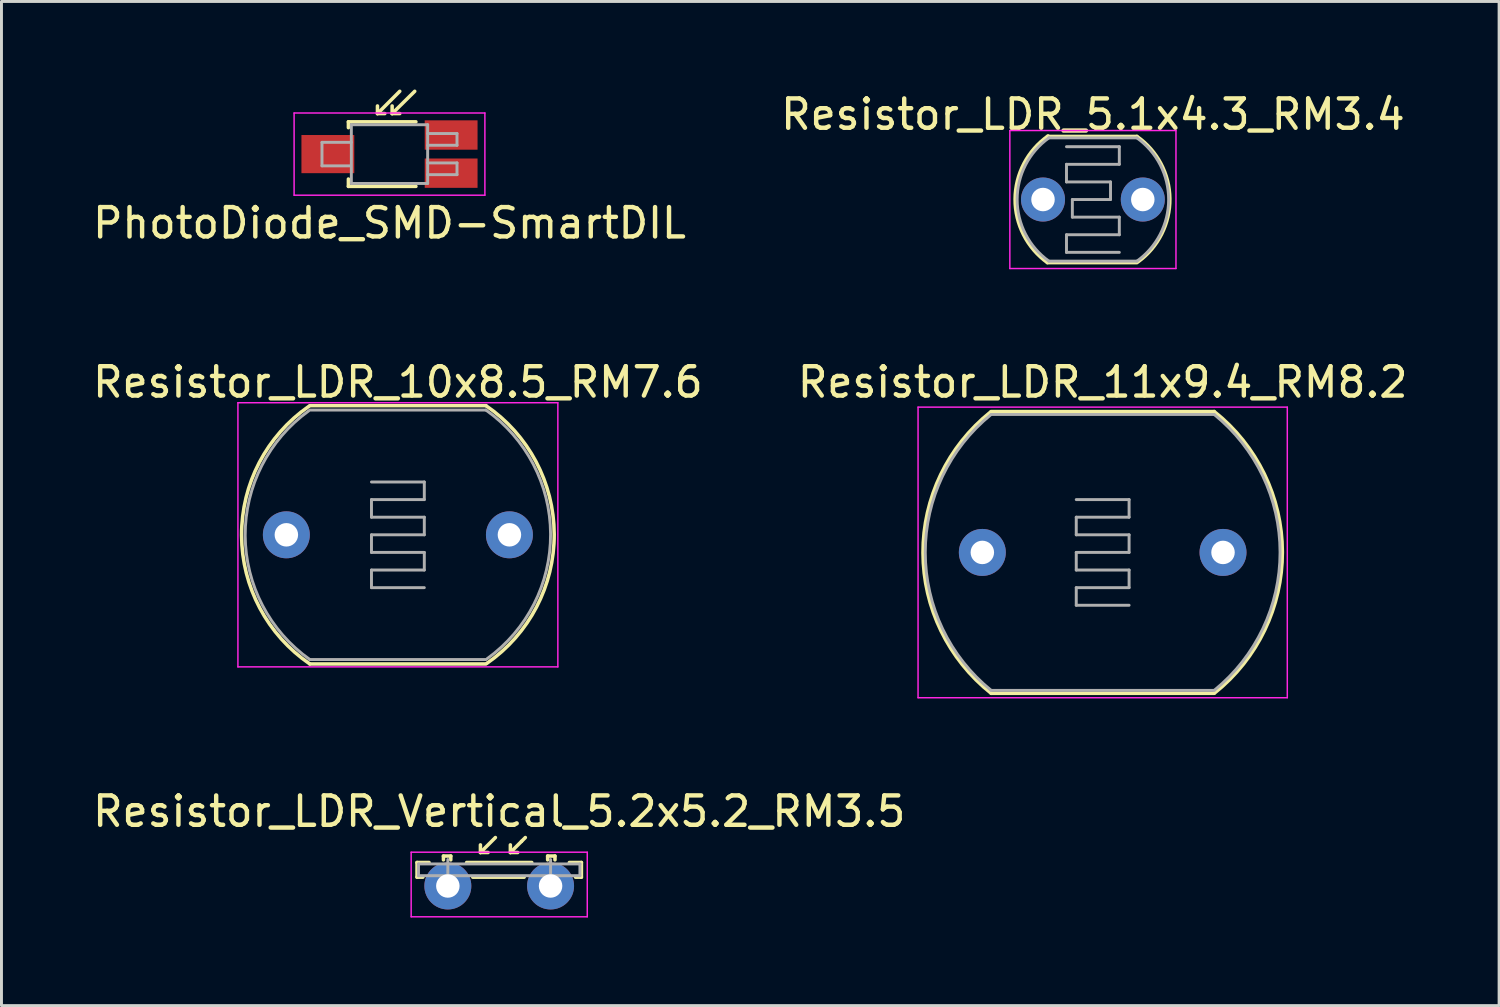
<source format=kicad_pcb>
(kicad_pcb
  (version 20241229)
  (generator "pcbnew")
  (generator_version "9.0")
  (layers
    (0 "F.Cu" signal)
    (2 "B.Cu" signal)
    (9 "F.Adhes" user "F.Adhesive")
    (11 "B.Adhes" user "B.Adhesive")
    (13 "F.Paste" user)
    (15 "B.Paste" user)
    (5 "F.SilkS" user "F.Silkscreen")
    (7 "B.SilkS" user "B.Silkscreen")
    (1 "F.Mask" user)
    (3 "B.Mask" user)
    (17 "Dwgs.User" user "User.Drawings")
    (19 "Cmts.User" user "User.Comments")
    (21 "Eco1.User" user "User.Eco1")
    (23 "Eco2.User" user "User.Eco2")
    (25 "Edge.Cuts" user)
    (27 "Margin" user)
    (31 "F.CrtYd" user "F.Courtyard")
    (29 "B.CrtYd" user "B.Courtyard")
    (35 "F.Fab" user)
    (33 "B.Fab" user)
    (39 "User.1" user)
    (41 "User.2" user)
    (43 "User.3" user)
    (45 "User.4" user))
  (footprint "PhotoDiode_SMD-SmartDIL"
    (layer "F.Cu")
    (at 10.22 2.2)
    (property "Reference" "PhotoDiode_SMD-SmartDIL" (at 0 2.35 0) (layer "F.SilkS") (effects (font (size 1 1) (thickness 0.15))))
    (attr smd)
    (fp_line (start -1.4 -1.1) (end -1.4 -0.9) (stroke (width 0.12) (type solid)) (layer "F.SilkS"))
    (fp_line (start -1.4 -1.1) (end 0.9 -1.1) (stroke (width 0.12) (type solid)) (layer "F.SilkS"))
    (fp_line (start -1.4 1.1) (end -1.4 0.85) (stroke (width 0.12) (type solid)) (layer "F.SilkS"))
    (fp_line (start -0.41 -1.38) (end -0.41 -1.64) (stroke (width 0.12) (type solid)) (layer "F.SilkS"))
    (fp_line (start -0.41 -1.38) (end -0.16 -1.38) (stroke (width 0.12) (type solid)) (layer "F.SilkS"))
    (fp_line (start 0.09 -1.38) (end 0.09 -1.64) (stroke (width 0.12) (type solid)) (layer "F.SilkS"))
    (fp_line (start 0.09 -1.38) (end 0.35 -1.38) (stroke (width 0.12) (type solid)) (layer "F.SilkS"))
    (fp_line (start 0.35 -2.14) (end -0.41 -1.38) (stroke (width 0.12) (type solid)) (layer "F.SilkS"))
    (fp_line (start 0.86 -2.14) (end 0.09 -1.38) (stroke (width 0.12) (type solid)) (layer "F.SilkS"))
    (fp_line (start 0.9 1.1) (end -1.4 1.1) (stroke (width 0.12) (type solid)) (layer "F.SilkS"))
    (fp_line (start -3.25 -1.4) (end -3.25 1.4) (stroke (width 0.05) (type solid)) (layer "F.CrtYd"))
    (fp_line (start -3.25 -1.4) (end 3.25 -1.4) (stroke (width 0.05) (type solid)) (layer "F.CrtYd"))
    (fp_line (start 3.25 1.4) (end -3.25 1.4) (stroke (width 0.05) (type solid)) (layer "F.CrtYd"))
    (fp_line (start 3.25 1.4) (end 3.25 -1.4) (stroke (width 0.05) (type solid)) (layer "F.CrtYd"))
    (fp_line (start -2.3 -0.4) (end -2.3 0.4) (stroke (width 0.1) (type solid)) (layer "F.Fab"))
    (fp_line (start -2.3 0.4) (end -1.35 0.4) (stroke (width 0.1) (type solid)) (layer "F.Fab"))
    (fp_line (start -1.3 -1) (end -1.3 1) (stroke (width 0.1) (type solid)) (layer "F.Fab"))
    (fp_line (start -1.3 -0.4) (end -2.3 -0.4) (stroke (width 0.1) (type solid)) (layer "F.Fab"))
    (fp_line (start -1.3 1) (end 1.3 1) (stroke (width 0.1) (type solid)) (layer "F.Fab"))
    (fp_line (start 1.3 -1) (end -1.3 -1) (stroke (width 0.1) (type solid)) (layer "F.Fab"))
    (fp_line (start 1.3 -0.7) (end 2.3 -0.7) (stroke (width 0.1) (type solid)) (layer "F.Fab"))
    (fp_line (start 1.3 0.3) (end 2.3 0.3) (stroke (width 0.1) (type solid)) (layer "F.Fab"))
    (fp_line (start 1.3 1) (end 1.3 -1) (stroke (width 0.1) (type solid)) (layer "F.Fab"))
    (fp_line (start 2.3 -0.7) (end 2.3 -0.3) (stroke (width 0.1) (type solid)) (layer "F.Fab"))
    (fp_line (start 2.3 -0.3) (end 1.3 -0.3) (stroke (width 0.1) (type solid)) (layer "F.Fab"))
    (fp_line (start 2.3 0.3) (end 2.3 0.7) (stroke (width 0.1) (type solid)) (layer "F.Fab"))
    (fp_line (start 2.3 0.7) (end 1.3 0.7) (stroke (width 0.1) (type solid)) (layer "F.Fab"))
    (pad "1" smd rect (at -2.1 0 180) (size 1.8 1.3) (layers "F.Cu" "F.Mask" "F.Paste"))
    (pad "2" smd rect (at 2.1 -0.65 180) (size 1.8 1) (layers "F.Cu" "F.Mask" "F.Paste"))
    (pad "3" smd rect (at 2.1 0.65 180) (size 1.8 1) (layers "F.Cu" "F.Mask" "F.Paste")))
  (footprint "Resistor_LDR_Vertical_5.2x5.2_RM3.5"
    (layer "F.Cu")
    (at 12.208 27.135)
    (property "Reference" "Resistor_LDR_Vertical_5.2x5.2_RM3.5" (at 1.75 -2.54 0) (layer "F.SilkS") (effects (font (size 1 1) (thickness 0.15))))
    (attr through_hole)
    (fp_line (start -1.05 -0.8) (end -1.05 -0.3) (stroke (width 0.12) (type solid)) (layer "F.SilkS"))
    (fp_line (start -1.05 -0.3) (end -0.85 -0.3) (stroke (width 0.12) (type solid)) (layer "F.SilkS"))
    (fp_line (start -0.64 -0.8) (end -1.05 -0.8) (stroke (width 0.12) (type solid)) (layer "F.SilkS"))
    (fp_line (start -0.15 -1.02) (end -0.15 -0.89) (stroke (width 0.12) (type solid)) (layer "F.SilkS"))
    (fp_line (start -0.15 -1.02) (end 0.1 -1.02) (stroke (width 0.12) (type solid)) (layer "F.SilkS"))
    (fp_line (start 0.1 -1.02) (end 0.1 -0.89) (stroke (width 0.12) (type solid)) (layer "F.SilkS"))
    (fp_line (start 0.85 -0.3) (end 2.6 -0.3) (stroke (width 0.12) (type solid)) (layer "F.SilkS"))
    (fp_line (start 1.11 -1.14) (end 1.11 -1.4) (stroke (width 0.12) (type solid)) (layer "F.SilkS"))
    (fp_line (start 1.11 -1.14) (end 1.37 -1.14) (stroke (width 0.12) (type solid)) (layer "F.SilkS"))
    (fp_line (start 1.62 -1.65) (end 1.11 -1.14) (stroke (width 0.12) (type solid)) (layer "F.SilkS"))
    (fp_line (start 2.13 -1.14) (end 2.13 -1.4) (stroke (width 0.12) (type solid)) (layer "F.SilkS"))
    (fp_line (start 2.13 -1.14) (end 2.38 -1.14) (stroke (width 0.12) (type solid)) (layer "F.SilkS"))
    (fp_line (start 2.51 -1.52) (end 2.13 -1.14) (stroke (width 0.12) (type solid)) (layer "F.SilkS"))
    (fp_line (start 2.51 -1.52) (end 2.64 -1.65) (stroke (width 0.12) (type solid)) (layer "F.SilkS"))
    (fp_line (start 2.86 -0.8) (end 0.64 -0.8) (stroke (width 0.12) (type solid)) (layer "F.SilkS"))
    (fp_line (start 3.4 -1.02) (end 3.4 -0.89) (stroke (width 0.12) (type solid)) (layer "F.SilkS"))
    (fp_line (start 3.4 -1.02) (end 3.65 -1.02) (stroke (width 0.12) (type solid)) (layer "F.SilkS"))
    (fp_line (start 3.65 -1.02) (end 3.65 -0.89) (stroke (width 0.12) (type solid)) (layer "F.SilkS"))
    (fp_line (start 4.35 -0.3) (end 4.55 -0.3) (stroke (width 0.12) (type solid)) (layer "F.SilkS"))
    (fp_line (start 4.55 -0.8) (end 4.14 -0.8) (stroke (width 0.12) (type solid)) (layer "F.SilkS"))
    (fp_line (start 4.55 -0.3) (end 4.55 -0.8) (stroke (width 0.12) (type solid)) (layer "F.SilkS"))
    (fp_line (start -1.25 -1.15) (end -1.25 1.05) (stroke (width 0.05) (type solid)) (layer "F.CrtYd"))
    (fp_line (start -1.25 -1.15) (end 4.75 -1.15) (stroke (width 0.05) (type solid)) (layer "F.CrtYd"))
    (fp_line (start 4.75 1.05) (end -1.25 1.05) (stroke (width 0.05) (type solid)) (layer "F.CrtYd"))
    (fp_line (start 4.75 1.05) (end 4.75 -1.15) (stroke (width 0.05) (type solid)) (layer "F.CrtYd"))
    (fp_line (start -1 -0.75) (end 4.5 -0.75) (stroke (width 0.1) (type solid)) (layer "F.Fab"))
    (fp_line (start -1 -0.35) (end -1 -0.75) (stroke (width 0.1) (type solid)) (layer "F.Fab"))
    (fp_line (start 0 0) (end 0 -0.9) (stroke (width 0.1) (type solid)) (layer "F.Fab"))
    (fp_line (start 3.5 0) (end 3.5 -0.9) (stroke (width 0.1) (type solid)) (layer "F.Fab"))
    (fp_line (start 4.5 -0.75) (end 4.5 -0.35) (stroke (width 0.1) (type solid)) (layer "F.Fab"))
    (fp_line (start 4.5 -0.35) (end -1 -0.35) (stroke (width 0.1) (type solid)) (layer "F.Fab"))
    (pad "1" thru_hole circle (at 0 0) (size 1.6 1.6) (drill 0.8) (layers "*.Cu" "*.Mask"))
    (pad "2" thru_hole circle (at 3.5 0) (size 1.6 1.6) (drill 0.8) (layers "*.Cu" "*.Mask")))
  (footprint "Resistor_LDR_10x8.5_RM7.6"
    (layer "F.Cu")
    (at 6.706 15.171)
    (property "Reference" "Resistor_LDR_10x8.5_RM7.6" (at 3.8 -5.2 0) (layer "F.SilkS") (effects (font (size 1 1) (thickness 0.15))))
    (attr through_hole)
    (fp_line (start 0.8 -4.4) (end 6.8 -4.4) (stroke (width 0.12) (type solid)) (layer "F.SilkS"))
    (fp_line (start 0.8 4.4) (end 6.8 4.4) (stroke (width 0.12) (type solid)) (layer "F.SilkS"))
    (fp_arc (start 0.8 4.4) (mid -1.525374 0.019809) (end 0.76735 -4.37756) (stroke (width 0.12) (type solid)) (layer "F.SilkS"))
    (fp_arc (start 6.8 -4.4) (mid 9.125374 -0.019809) (end 6.83265 4.37756) (stroke (width 0.12) (type solid)) (layer "F.SilkS"))
    (fp_line (start -1.65 -4.5) (end -1.65 4.5) (stroke (width 0.05) (type solid)) (layer "F.CrtYd"))
    (fp_line (start -1.65 -4.5) (end 9.25 -4.5) (stroke (width 0.05) (type solid)) (layer "F.CrtYd"))
    (fp_line (start 9.25 4.5) (end -1.65 4.5) (stroke (width 0.05) (type solid)) (layer "F.CrtYd"))
    (fp_line (start 9.25 4.5) (end 9.25 -4.5) (stroke (width 0.05) (type solid)) (layer "F.CrtYd"))
    (fp_line (start 0.8 -4.25) (end 6.8 -4.25) (stroke (width 0.1) (type solid)) (layer "F.Fab"))
    (fp_line (start 2.9 -1.8) (end 4.7 -1.8) (stroke (width 0.1) (type solid)) (layer "F.Fab"))
    (fp_line (start 2.9 -1.2) (end 2.9 -0.6) (stroke (width 0.1) (type solid)) (layer "F.Fab"))
    (fp_line (start 2.9 -0.6) (end 4.7 -0.6) (stroke (width 0.1) (type solid)) (layer "F.Fab"))
    (fp_line (start 2.9 0) (end 2.9 0.6) (stroke (width 0.1) (type solid)) (layer "F.Fab"))
    (fp_line (start 2.9 0.6) (end 4.7 0.6) (stroke (width 0.1) (type solid)) (layer "F.Fab"))
    (fp_line (start 2.9 1.2) (end 2.9 1.8) (stroke (width 0.1) (type solid)) (layer "F.Fab"))
    (fp_line (start 2.9 1.8) (end 4.7 1.8) (stroke (width 0.1) (type solid)) (layer "F.Fab"))
    (fp_line (start 4.7 -1.8) (end 4.7 -1.2) (stroke (width 0.1) (type solid)) (layer "F.Fab"))
    (fp_line (start 4.7 -1.2) (end 2.9 -1.2) (stroke (width 0.1) (type solid)) (layer "F.Fab"))
    (fp_line (start 4.7 -0.6) (end 4.7 0) (stroke (width 0.1) (type solid)) (layer "F.Fab"))
    (fp_line (start 4.7 0) (end 2.9 0) (stroke (width 0.1) (type solid)) (layer "F.Fab"))
    (fp_line (start 4.7 0.6) (end 4.7 1.2) (stroke (width 0.1) (type solid)) (layer "F.Fab"))
    (fp_line (start 4.7 1.2) (end 2.9 1.2) (stroke (width 0.1) (type solid)) (layer "F.Fab"))
    (fp_line (start 6.8 4.25) (end 0.8 4.25) (stroke (width 0.1) (type solid)) (layer "F.Fab"))
    (fp_arc (start 0.8 4.25) (mid -1.4021 0.025641) (end 0.758251 -4.22022) (stroke (width 0.1) (type solid)) (layer "F.Fab"))
    (fp_arc (start 6.8 -4.25) (mid 9.0021 -0.025641) (end 6.841749 4.22022) (stroke (width 0.1) (type solid)) (layer "F.Fab"))
    (pad "1" thru_hole circle (at 0 0) (size 1.6 1.6) (drill 0.8) (layers "*.Cu" "*.Mask"))
    (pad "2" thru_hole circle (at 7.6 0) (size 1.6 1.6) (drill 0.8) (layers "*.Cu" "*.Mask")))
  (footprint "Resistor_LDR_5.1x4.3_RM3.4"
    (layer "F.Cu")
    (at 32.485 3.748)
    (property "Reference" "Resistor_LDR_5.1x4.3_RM3.4" (at 1.7 -2.9 0) (layer "F.SilkS") (effects (font (size 1 1) (thickness 0.15))))
    (attr through_hole)
    (fp_line (start 0.15 -2.15) (end 3.2 -2.15) (stroke (width 0.12) (type solid)) (layer "F.SilkS"))
    (fp_line (start 0.15 2.15) (end 3.2 2.15) (stroke (width 0.12) (type solid)) (layer "F.SilkS"))
    (fp_arc (start 0.15 2.15) (mid -0.950438 -0.013368) (end 0.171766 -2.165525) (stroke (width 0.12) (type solid)) (layer "F.SilkS"))
    (fp_arc (start 3.2 -2.15) (mid 4.321403 -0.027338) (end 3.244513 2.118249) (stroke (width 0.12) (type solid)) (layer "F.SilkS"))
    (fp_line (start -1.13 -2.35) (end -1.13 2.35) (stroke (width 0.05) (type solid)) (layer "F.CrtYd"))
    (fp_line (start -1.13 -2.35) (end 4.53 -2.35) (stroke (width 0.05) (type solid)) (layer "F.CrtYd"))
    (fp_line (start 4.53 2.35) (end -1.13 2.35) (stroke (width 0.05) (type solid)) (layer "F.CrtYd"))
    (fp_line (start 4.53 2.35) (end 4.53 -2.35) (stroke (width 0.05) (type solid)) (layer "F.CrtYd"))
    (fp_line (start 0.2 -2.1) (end 3.2 -2.1) (stroke (width 0.1) (type solid)) (layer "F.Fab"))
    (fp_line (start 0.8 -1.8) (end 2.6 -1.8) (stroke (width 0.1) (type solid)) (layer "F.Fab"))
    (fp_line (start 0.8 -1.2) (end 0.8 -0.6) (stroke (width 0.1) (type solid)) (layer "F.Fab"))
    (fp_line (start 0.8 1.2) (end 0.8 1.8) (stroke (width 0.1) (type solid)) (layer "F.Fab"))
    (fp_line (start 0.8 1.8) (end 2.6 1.8) (stroke (width 0.1) (type solid)) (layer "F.Fab"))
    (fp_line (start 1 0) (end 1 0.6) (stroke (width 0.1) (type solid)) (layer "F.Fab"))
    (fp_line (start 1 0) (end 2.3 0) (stroke (width 0.1) (type solid)) (layer "F.Fab"))
    (fp_line (start 2.3 -0.6) (end 0.8 -0.6) (stroke (width 0.1) (type solid)) (layer "F.Fab"))
    (fp_line (start 2.3 0) (end 2.3 -0.6) (stroke (width 0.1) (type solid)) (layer "F.Fab"))
    (fp_line (start 2.6 -1.8) (end 2.6 -1.2) (stroke (width 0.1) (type solid)) (layer "F.Fab"))
    (fp_line (start 2.6 -1.2) (end 0.8 -1.2) (stroke (width 0.1) (type solid)) (layer "F.Fab"))
    (fp_line (start 2.6 0.6) (end 1 0.6) (stroke (width 0.1) (type solid)) (layer "F.Fab"))
    (fp_line (start 2.6 0.6) (end 2.6 1.2) (stroke (width 0.1) (type solid)) (layer "F.Fab"))
    (fp_line (start 2.6 1.2) (end 0.8 1.2) (stroke (width 0.1) (type solid)) (layer "F.Fab"))
    (fp_line (start 3.2 2.1) (end 0.2 2.1) (stroke (width 0.1) (type solid)) (layer "F.Fab"))
    (fp_arc (start 0.2 2.1) (mid -0.880697 -0.001697) (end 0.202763 -2.101971) (stroke (width 0.1) (type solid)) (layer "F.Fab"))
    (fp_arc (start 3.2 -2.1) (mid 4.280697 0.001697) (end 3.197237 2.101971) (stroke (width 0.1) (type solid)) (layer "F.Fab"))
    (pad "1" thru_hole circle (at 0 0) (size 1.5 1.5) (drill 0.8) (layers "*.Cu" "*.Mask"))
    (pad "2" thru_hole circle (at 3.4 0) (size 1.5 1.5) (drill 0.8) (layers "*.Cu" "*.Mask")))
  (footprint "Resistor_LDR_11x9.4_RM8.2"
    (layer "F.Cu")
    (at 30.418 15.771)
    (property "Reference" "Resistor_LDR_11x9.4_RM8.2" (at 4.1 -5.8 0) (layer "F.SilkS") (effects (font (size 1 1) (thickness 0.15))))
    (attr through_hole)
    (fp_line (start 0.3 -4.8) (end 7.9 -4.8) (stroke (width 0.12) (type solid)) (layer "F.SilkS"))
    (fp_line (start 7.9 4.8) (end 0.3 4.8) (stroke (width 0.12) (type solid)) (layer "F.SilkS"))
    (fp_arc (start 0.3 4.8) (mid -2.022075 0.014159) (end 0.277838 -4.782371) (stroke (width 0.12) (type solid)) (layer "F.SilkS"))
    (fp_arc (start 7.9 -4.8) (mid 10.222075 -0.014159) (end 7.922162 4.782371) (stroke (width 0.12) (type solid)) (layer "F.SilkS"))
    (fp_line (start -2.19 -4.95) (end -2.19 4.95) (stroke (width 0.05) (type solid)) (layer "F.CrtYd"))
    (fp_line (start -2.19 -4.95) (end 10.39 -4.95) (stroke (width 0.05) (type solid)) (layer "F.CrtYd"))
    (fp_line (start 10.39 4.95) (end -2.19 4.95) (stroke (width 0.05) (type solid)) (layer "F.CrtYd"))
    (fp_line (start 10.39 4.95) (end 10.39 -4.95) (stroke (width 0.05) (type solid)) (layer "F.CrtYd"))
    (fp_line (start 0.3 -4.7) (end 7.9 -4.7) (stroke (width 0.1) (type solid)) (layer "F.Fab"))
    (fp_line (start 3.2 -1.8) (end 5 -1.8) (stroke (width 0.1) (type solid)) (layer "F.Fab"))
    (fp_line (start 3.2 -1.2) (end 3.2 -0.6) (stroke (width 0.1) (type solid)) (layer "F.Fab"))
    (fp_line (start 3.2 -0.6) (end 5 -0.6) (stroke (width 0.1) (type solid)) (layer "F.Fab"))
    (fp_line (start 3.2 0) (end 3.2 0.6) (stroke (width 0.1) (type solid)) (layer "F.Fab"))
    (fp_line (start 3.2 0.6) (end 5 0.6) (stroke (width 0.1) (type solid)) (layer "F.Fab"))
    (fp_line (start 3.2 1.2) (end 3.2 1.8) (stroke (width 0.1) (type solid)) (layer "F.Fab"))
    (fp_line (start 3.2 1.8) (end 5 1.8) (stroke (width 0.1) (type solid)) (layer "F.Fab"))
    (fp_line (start 5 -1.8) (end 5 -1.2) (stroke (width 0.1) (type solid)) (layer "F.Fab"))
    (fp_line (start 5 -1.2) (end 3.2 -1.2) (stroke (width 0.1) (type solid)) (layer "F.Fab"))
    (fp_line (start 5 -0.6) (end 5 0) (stroke (width 0.1) (type solid)) (layer "F.Fab"))
    (fp_line (start 5 0) (end 3.2 0) (stroke (width 0.1) (type solid)) (layer "F.Fab"))
    (fp_line (start 5 0.6) (end 5 1.2) (stroke (width 0.1) (type solid)) (layer "F.Fab"))
    (fp_line (start 5 1.2) (end 3.2 1.2) (stroke (width 0.1) (type solid)) (layer "F.Fab"))
    (fp_line (start 7.9 4.7) (end 0.3 4.7) (stroke (width 0.1) (type solid)) (layer "F.Fab"))
    (fp_arc (start 0.3 4.7) (mid -1.944004 0.004651) (end 0.292771 -4.694146) (stroke (width 0.1) (type solid)) (layer "F.Fab"))
    (fp_arc (start 7.9 -4.7) (mid 10.144004 -0.004651) (end 7.907229 4.694146) (stroke (width 0.1) (type solid)) (layer "F.Fab"))
    (pad "1" thru_hole circle (at 0 0) (size 1.6 1.6) (drill 0.8) (layers "*.Cu" "*.Mask"))
    (pad "2" thru_hole circle (at 8.2 0) (size 1.6 1.6) (drill 0.8) (layers "*.Cu" "*.Mask")))
  (gr_rect
    (start -3 -3)
    (end 48.024 31.21)
    (stroke (width 0.1) (type default))
    (fill no)
    (layer "Edge.Cuts")))
</source>
